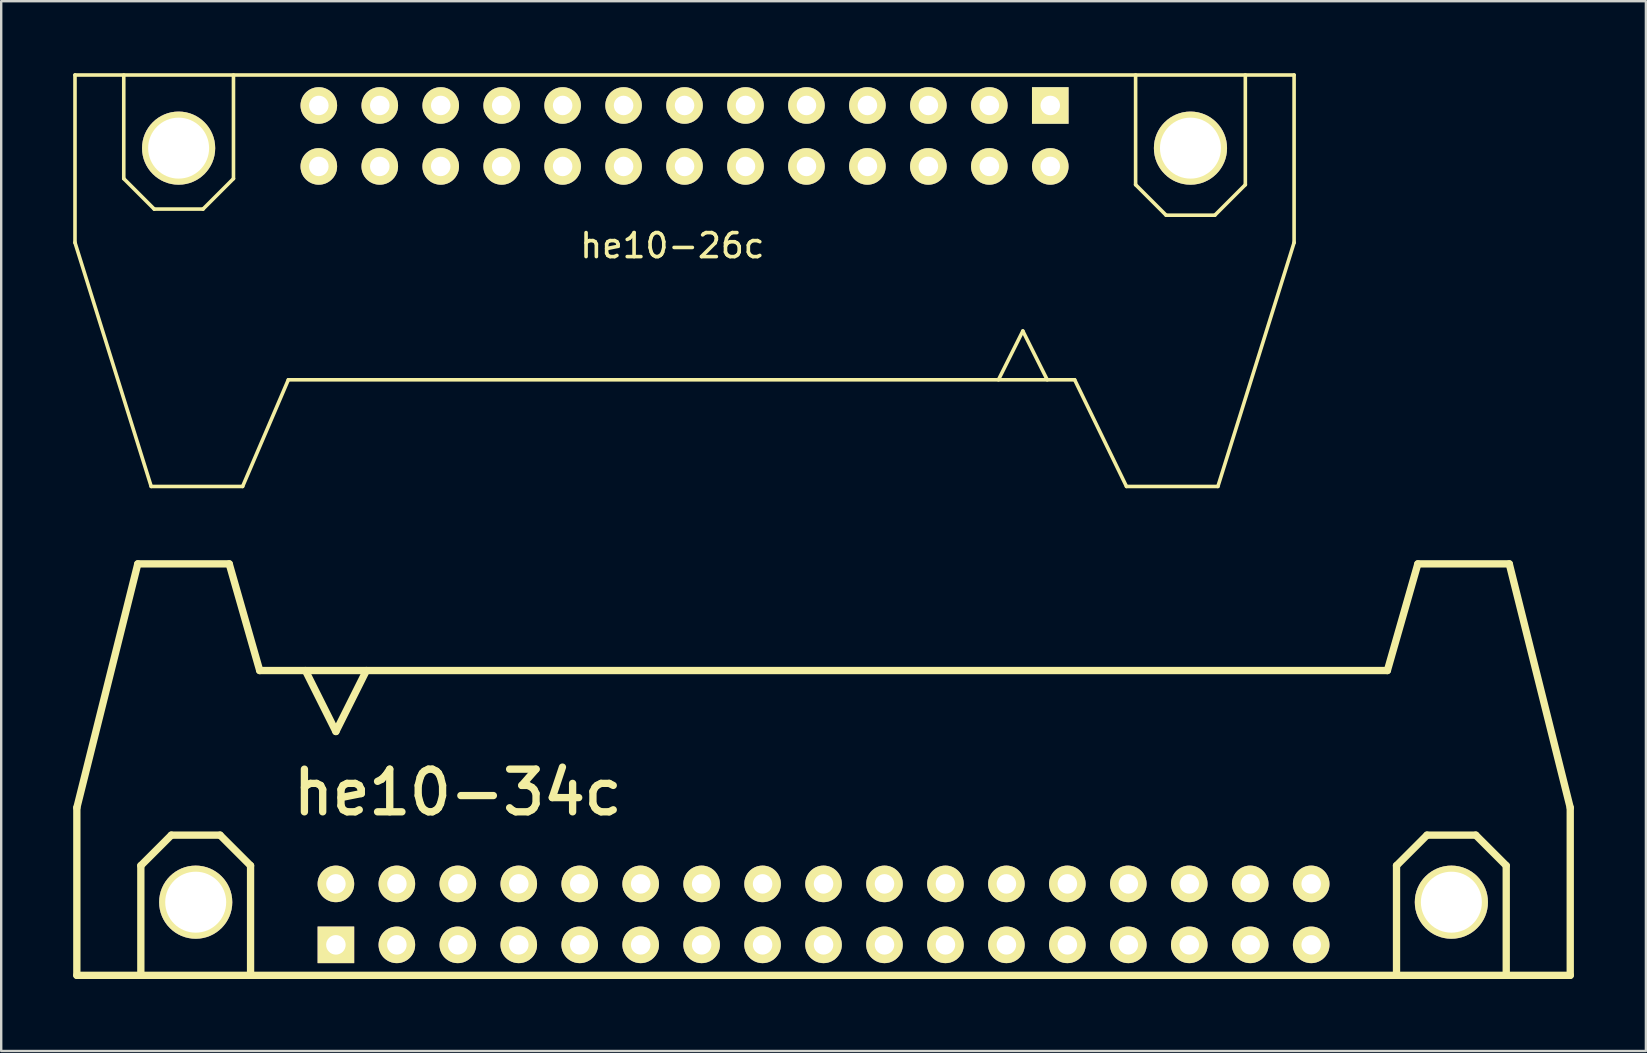
<source format=kicad_pcb>
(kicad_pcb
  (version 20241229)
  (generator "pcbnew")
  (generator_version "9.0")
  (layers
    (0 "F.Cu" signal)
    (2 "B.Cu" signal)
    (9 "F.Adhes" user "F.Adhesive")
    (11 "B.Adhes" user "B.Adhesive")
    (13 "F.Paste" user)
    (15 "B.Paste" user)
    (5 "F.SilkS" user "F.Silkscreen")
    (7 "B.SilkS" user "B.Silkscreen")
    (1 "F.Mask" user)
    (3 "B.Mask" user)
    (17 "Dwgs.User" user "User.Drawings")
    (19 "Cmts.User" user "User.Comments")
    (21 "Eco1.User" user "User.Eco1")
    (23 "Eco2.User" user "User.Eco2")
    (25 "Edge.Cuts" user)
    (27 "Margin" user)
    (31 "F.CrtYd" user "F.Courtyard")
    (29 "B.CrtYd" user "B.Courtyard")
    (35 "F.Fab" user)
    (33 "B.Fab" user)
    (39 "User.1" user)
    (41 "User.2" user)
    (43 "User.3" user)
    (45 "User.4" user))
  (footprint "he10-26c"
    (layer "F.Cu")
    (at 25.475 2.615)
    (property "Reference" "he10-26c" (at -0.508 4.572 0) (layer "F.SilkS") (effects (font (size 1 1) (thickness 0.15))))
    (attr through_hole)
    (fp_line (start -25.4 -2.54) (end -25.4 4.445) (stroke (width 0.15) (type solid)) (layer "F.SilkS"))
    (fp_line (start -25.4 -2.54) (end 25.4 -2.54) (stroke (width 0.15) (type solid)) (layer "F.SilkS"))
    (fp_line (start -25.4 4.445) (end -22.225 14.605) (stroke (width 0.15) (type solid)) (layer "F.SilkS"))
    (fp_line (start -23.368 1.778) (end -23.368 -2.54) (stroke (width 0.15) (type solid)) (layer "F.SilkS"))
    (fp_line (start -22.225 14.605) (end -18.415 14.605) (stroke (width 0.15) (type solid)) (layer "F.SilkS"))
    (fp_line (start -22.098 3.048) (end -23.368 1.778) (stroke (width 0.15) (type solid)) (layer "F.SilkS"))
    (fp_line (start -20.066 3.048) (end -22.098 3.048) (stroke (width 0.15) (type solid)) (layer "F.SilkS"))
    (fp_line (start -18.796 -2.54) (end -18.796 1.778) (stroke (width 0.15) (type solid)) (layer "F.SilkS"))
    (fp_line (start -18.796 1.778) (end -20.066 3.048) (stroke (width 0.15) (type solid)) (layer "F.SilkS"))
    (fp_line (start -18.415 14.605) (end -16.51 10.16) (stroke (width 0.15) (type solid)) (layer "F.SilkS"))
    (fp_line (start 14.097 8.128) (end 13.081 10.16) (stroke (width 0.15) (type solid)) (layer "F.SilkS"))
    (fp_line (start 15.113 10.16) (end 14.097 8.128) (stroke (width 0.15) (type solid)) (layer "F.SilkS"))
    (fp_line (start 16.256 10.16) (end -16.51 10.16) (stroke (width 0.15) (type solid)) (layer "F.SilkS"))
    (fp_line (start 18.415 14.605) (end 16.256 10.16) (stroke (width 0.15) (type solid)) (layer "F.SilkS"))
    (fp_line (start 18.796 2.032) (end 18.796 -2.54) (stroke (width 0.15) (type solid)) (layer "F.SilkS"))
    (fp_line (start 20.066 3.302) (end 18.796 2.032) (stroke (width 0.15) (type solid)) (layer "F.SilkS"))
    (fp_line (start 22.098 3.302) (end 20.066 3.302) (stroke (width 0.15) (type solid)) (layer "F.SilkS"))
    (fp_line (start 22.225 14.605) (end 18.415 14.605) (stroke (width 0.15) (type solid)) (layer "F.SilkS"))
    (fp_line (start 23.368 -2.54) (end 23.368 2.032) (stroke (width 0.15) (type solid)) (layer "F.SilkS"))
    (fp_line (start 23.368 2.032) (end 22.098 3.302) (stroke (width 0.15) (type solid)) (layer "F.SilkS"))
    (fp_line (start 25.4 -2.54) (end 25.4 4.445) (stroke (width 0.15) (type solid)) (layer "F.SilkS"))
    (fp_line (start 25.4 4.445) (end 22.225 14.605) (stroke (width 0.15) (type solid)) (layer "F.SilkS"))
    (pad "0" thru_hole circle (at -21.082 0.508) (size 3.048 3.048) (drill 2.54) (layers "*.Cu" "*.Mask" "F.SilkS"))
    (pad "0" thru_hole circle (at 21.082 0.508) (size 3.048 3.048) (drill 2.54) (layers "*.Cu" "*.Mask" "F.SilkS"))
    (pad "1" thru_hole rect (at 15.24 -1.27) (size 1.524 1.524) (drill 0.813) (layers "*.Cu" "*.Mask" "F.SilkS"))
    (pad "2" thru_hole circle (at 15.24 1.27) (size 1.524 1.524) (drill 0.813) (layers "*.Cu" "*.Mask" "F.SilkS"))
    (pad "3" thru_hole circle (at 12.7 -1.27) (size 1.524 1.524) (drill 0.813) (layers "*.Cu" "*.Mask" "F.SilkS"))
    (pad "4" thru_hole circle (at 12.7 1.27) (size 1.524 1.524) (drill 0.813) (layers "*.Cu" "*.Mask" "F.SilkS"))
    (pad "5" thru_hole circle (at 10.16 -1.27) (size 1.524 1.524) (drill 0.813) (layers "*.Cu" "*.Mask" "F.SilkS"))
    (pad "6" thru_hole circle (at 10.16 1.27) (size 1.524 1.524) (drill 0.813) (layers "*.Cu" "*.Mask" "F.SilkS"))
    (pad "7" thru_hole circle (at 7.62 -1.27) (size 1.524 1.524) (drill 0.813) (layers "*.Cu" "*.Mask" "F.SilkS"))
    (pad "8" thru_hole circle (at 7.62 1.27) (size 1.524 1.524) (drill 0.813) (layers "*.Cu" "*.Mask" "F.SilkS"))
    (pad "9" thru_hole circle (at 5.08 -1.27) (size 1.524 1.524) (drill 0.813) (layers "*.Cu" "*.Mask" "F.SilkS"))
    (pad "10" thru_hole circle (at 5.08 1.27) (size 1.524 1.524) (drill 0.813) (layers "*.Cu" "*.Mask" "F.SilkS"))
    (pad "11" thru_hole circle (at 2.54 -1.27) (size 1.524 1.524) (drill 0.813) (layers "*.Cu" "*.Mask" "F.SilkS"))
    (pad "12" thru_hole circle (at 2.54 1.27) (size 1.524 1.524) (drill 0.813) (layers "*.Cu" "*.Mask" "F.SilkS"))
    (pad "13" thru_hole circle (at 0 -1.27) (size 1.524 1.524) (drill 0.813) (layers "*.Cu" "*.Mask" "F.SilkS"))
    (pad "14" thru_hole circle (at 0 1.27) (size 1.524 1.524) (drill 0.813) (layers "*.Cu" "*.Mask" "F.SilkS"))
    (pad "15" thru_hole circle (at -2.54 -1.27) (size 1.524 1.524) (drill 0.813) (layers "*.Cu" "*.Mask" "F.SilkS"))
    (pad "16" thru_hole circle (at -2.54 1.27) (size 1.524 1.524) (drill 0.813) (layers "*.Cu" "*.Mask" "F.SilkS"))
    (pad "17" thru_hole circle (at -5.08 -1.27) (size 1.524 1.524) (drill 0.813) (layers "*.Cu" "*.Mask" "F.SilkS"))
    (pad "18" thru_hole circle (at -5.08 1.27) (size 1.524 1.524) (drill 0.813) (layers "*.Cu" "*.Mask" "F.SilkS"))
    (pad "19" thru_hole circle (at -7.62 -1.27) (size 1.524 1.524) (drill 0.813) (layers "*.Cu" "*.Mask" "F.SilkS"))
    (pad "20" thru_hole circle (at -7.62 1.27) (size 1.524 1.524) (drill 0.813) (layers "*.Cu" "*.Mask" "F.SilkS"))
    (pad "21" thru_hole circle (at -10.16 -1.27) (size 1.524 1.524) (drill 0.813) (layers "*.Cu" "*.Mask" "F.SilkS"))
    (pad "22" thru_hole circle (at -10.16 1.27) (size 1.524 1.524) (drill 0.813) (layers "*.Cu" "*.Mask" "F.SilkS"))
    (pad "23" thru_hole circle (at -12.7 -1.27) (size 1.524 1.524) (drill 0.813) (layers "*.Cu" "*.Mask" "F.SilkS"))
    (pad "24" thru_hole circle (at -12.7 1.27) (size 1.524 1.524) (drill 0.813) (layers "*.Cu" "*.Mask" "F.SilkS"))
    (pad "25" thru_hole circle (at -15.24 -1.27) (size 1.524 1.524) (drill 0.813) (layers "*.Cu" "*.Mask" "F.SilkS"))
    (pad "26" thru_hole circle (at -15.24 1.27) (size 1.524 1.524) (drill 0.813) (layers "*.Cu" "*.Mask" "F.SilkS")))
  (footprint "he10-34c"
    (layer "F.Cu")
    (at 31.267 35.052)
    (property "Reference" "he10-34c" (at -15.24 -5.08 0) (layer "F.SilkS") (effects (font (size 1.778 1.778) (thickness 0.305))))
    (attr through_hole)
    (fp_line (start -31.115 -4.445) (end -31.115 2.54) (stroke (width 0.305) (type solid)) (layer "F.SilkS"))
    (fp_line (start -31.115 2.54) (end 31.115 2.54) (stroke (width 0.305) (type solid)) (layer "F.SilkS"))
    (fp_line (start -28.575 -14.605) (end -31.115 -4.445) (stroke (width 0.305) (type solid)) (layer "F.SilkS"))
    (fp_line (start -28.575 -14.605) (end -24.765 -14.605) (stroke (width 0.305) (type solid)) (layer "F.SilkS"))
    (fp_line (start -28.448 -2.032) (end -27.178 -3.302) (stroke (width 0.305) (type solid)) (layer "F.SilkS"))
    (fp_line (start -28.448 2.54) (end -28.448 -2.032) (stroke (width 0.305) (type solid)) (layer "F.SilkS"))
    (fp_line (start -27.178 -3.302) (end -25.146 -3.302) (stroke (width 0.305) (type solid)) (layer "F.SilkS"))
    (fp_line (start -25.146 -3.302) (end -23.876 -2.032) (stroke (width 0.305) (type solid)) (layer "F.SilkS"))
    (fp_line (start -24.765 -14.605) (end -23.495 -10.16) (stroke (width 0.305) (type solid)) (layer "F.SilkS"))
    (fp_line (start -23.876 2.54) (end -23.876 -2.032) (stroke (width 0.305) (type solid)) (layer "F.SilkS"))
    (fp_line (start -23.495 -10.16) (end 23.495 -10.16) (stroke (width 0.305) (type solid)) (layer "F.SilkS"))
    (fp_line (start -21.59 -10.16) (end -20.32 -7.62) (stroke (width 0.305) (type solid)) (layer "F.SilkS"))
    (fp_line (start -20.32 -7.62) (end -19.05 -10.16) (stroke (width 0.305) (type solid)) (layer "F.SilkS"))
    (fp_line (start 23.876 -2.032) (end 25.146 -3.302) (stroke (width 0.305) (type solid)) (layer "F.SilkS"))
    (fp_line (start 23.876 2.54) (end 23.876 -2.032) (stroke (width 0.305) (type solid)) (layer "F.SilkS"))
    (fp_line (start 24.765 -14.605) (end 23.495 -10.16) (stroke (width 0.305) (type solid)) (layer "F.SilkS"))
    (fp_line (start 25.146 -3.302) (end 27.178 -3.302) (stroke (width 0.305) (type solid)) (layer "F.SilkS"))
    (fp_line (start 27.178 -3.302) (end 28.448 -2.032) (stroke (width 0.305) (type solid)) (layer "F.SilkS"))
    (fp_line (start 28.448 -2.032) (end 28.448 2.54) (stroke (width 0.305) (type solid)) (layer "F.SilkS"))
    (fp_line (start 28.575 -14.605) (end 24.765 -14.605) (stroke (width 0.305) (type solid)) (layer "F.SilkS"))
    (fp_line (start 31.115 -4.445) (end 28.575 -14.605) (stroke (width 0.305) (type solid)) (layer "F.SilkS"))
    (fp_line (start 31.115 2.54) (end 31.115 -4.445) (stroke (width 0.305) (type solid)) (layer "F.SilkS"))
    (pad "0" thru_hole circle (at -26.162 -0.508) (size 3.048 3.048) (drill 2.54) (layers "*.Cu" "*.Mask" "F.SilkS"))
    (pad "0" thru_hole circle (at 26.162 -0.508) (size 3.048 3.048) (drill 2.54) (layers "*.Cu" "*.Mask" "F.SilkS"))
    (pad "1" thru_hole rect (at -20.32 1.27) (size 1.524 1.524) (drill 0.813) (layers "*.Cu" "*.Mask" "F.SilkS"))
    (pad "2" thru_hole circle (at -20.32 -1.27) (size 1.524 1.524) (drill 0.813) (layers "*.Cu" "*.Mask" "F.SilkS"))
    (pad "3" thru_hole circle (at -17.78 1.27) (size 1.524 1.524) (drill 0.813) (layers "*.Cu" "*.Mask" "F.SilkS"))
    (pad "4" thru_hole circle (at -17.78 -1.27) (size 1.524 1.524) (drill 0.813) (layers "*.Cu" "*.Mask" "F.SilkS"))
    (pad "5" thru_hole circle (at -15.24 1.27) (size 1.524 1.524) (drill 0.813) (layers "*.Cu" "*.Mask" "F.SilkS"))
    (pad "6" thru_hole circle (at -15.24 -1.27) (size 1.524 1.524) (drill 0.813) (layers "*.Cu" "*.Mask" "F.SilkS"))
    (pad "7" thru_hole circle (at -12.7 1.27) (size 1.524 1.524) (drill 0.813) (layers "*.Cu" "*.Mask" "F.SilkS"))
    (pad "8" thru_hole circle (at -12.7 -1.27) (size 1.524 1.524) (drill 0.813) (layers "*.Cu" "*.Mask" "F.SilkS"))
    (pad "9" thru_hole circle (at -10.16 1.27) (size 1.524 1.524) (drill 0.813) (layers "*.Cu" "*.Mask" "F.SilkS"))
    (pad "10" thru_hole circle (at -10.16 -1.27) (size 1.524 1.524) (drill 0.813) (layers "*.Cu" "*.Mask" "F.SilkS"))
    (pad "11" thru_hole circle (at -7.62 1.27) (size 1.524 1.524) (drill 0.813) (layers "*.Cu" "*.Mask" "F.SilkS"))
    (pad "12" thru_hole circle (at -7.62 -1.27) (size 1.524 1.524) (drill 0.813) (layers "*.Cu" "*.Mask" "F.SilkS"))
    (pad "13" thru_hole circle (at -5.08 1.27) (size 1.524 1.524) (drill 0.813) (layers "*.Cu" "*.Mask" "F.SilkS"))
    (pad "14" thru_hole circle (at -5.08 -1.27) (size 1.524 1.524) (drill 0.813) (layers "*.Cu" "*.Mask" "F.SilkS"))
    (pad "15" thru_hole circle (at -2.54 1.27) (size 1.524 1.524) (drill 0.813) (layers "*.Cu" "*.Mask" "F.SilkS"))
    (pad "16" thru_hole circle (at -2.54 -1.27) (size 1.524 1.524) (drill 0.813) (layers "*.Cu" "*.Mask" "F.SilkS"))
    (pad "17" thru_hole circle (at 0 1.27) (size 1.524 1.524) (drill 0.813) (layers "*.Cu" "*.Mask" "F.SilkS"))
    (pad "18" thru_hole circle (at 0 -1.27) (size 1.524 1.524) (drill 0.813) (layers "*.Cu" "*.Mask" "F.SilkS"))
    (pad "19" thru_hole circle (at 2.54 1.27) (size 1.524 1.524) (drill 0.813) (layers "*.Cu" "*.Mask" "F.SilkS"))
    (pad "20" thru_hole circle (at 2.54 -1.27) (size 1.524 1.524) (drill 0.813) (layers "*.Cu" "*.Mask" "F.SilkS"))
    (pad "21" thru_hole circle (at 5.08 1.27) (size 1.524 1.524) (drill 0.813) (layers "*.Cu" "*.Mask" "F.SilkS"))
    (pad "22" thru_hole circle (at 5.08 -1.27) (size 1.524 1.524) (drill 0.813) (layers "*.Cu" "*.Mask" "F.SilkS"))
    (pad "23" thru_hole circle (at 7.62 1.27) (size 1.524 1.524) (drill 0.813) (layers "*.Cu" "*.Mask" "F.SilkS"))
    (pad "24" thru_hole circle (at 7.62 -1.27) (size 1.524 1.524) (drill 0.813) (layers "*.Cu" "*.Mask" "F.SilkS"))
    (pad "25" thru_hole circle (at 10.16 1.27) (size 1.524 1.524) (drill 0.813) (layers "*.Cu" "*.Mask" "F.SilkS"))
    (pad "26" thru_hole circle (at 10.16 -1.27) (size 1.524 1.524) (drill 0.813) (layers "*.Cu" "*.Mask" "F.SilkS"))
    (pad "27" thru_hole circle (at 12.7 1.27) (size 1.524 1.524) (drill 0.813) (layers "*.Cu" "*.Mask" "F.SilkS"))
    (pad "28" thru_hole circle (at 12.7 -1.27) (size 1.524 1.524) (drill 0.813) (layers "*.Cu" "*.Mask" "F.SilkS"))
    (pad "29" thru_hole circle (at 15.24 1.27) (size 1.524 1.524) (drill 0.813) (layers "*.Cu" "*.Mask" "F.SilkS"))
    (pad "30" thru_hole circle (at 15.24 -1.27) (size 1.524 1.524) (drill 0.813) (layers "*.Cu" "*.Mask" "F.SilkS"))
    (pad "31" thru_hole circle (at 17.78 1.27) (size 1.524 1.524) (drill 0.813) (layers "*.Cu" "*.Mask" "F.SilkS"))
    (pad "32" thru_hole circle (at 17.78 -1.27) (size 1.524 1.524) (drill 0.813) (layers "*.Cu" "*.Mask" "F.SilkS"))
    (pad "33" thru_hole circle (at 20.32 1.27) (size 1.524 1.524) (drill 0.813) (layers "*.Cu" "*.Mask" "F.SilkS"))
    (pad "34" thru_hole circle (at 20.32 -1.27) (size 1.524 1.524) (drill 0.813) (layers "*.Cu" "*.Mask" "F.SilkS")))
  (gr_rect
    (start -3 -3)
    (end 65.535 40.745)
    (stroke (width 0.1) (type default))
    (fill no)
    (layer "Edge.Cuts")))
</source>
